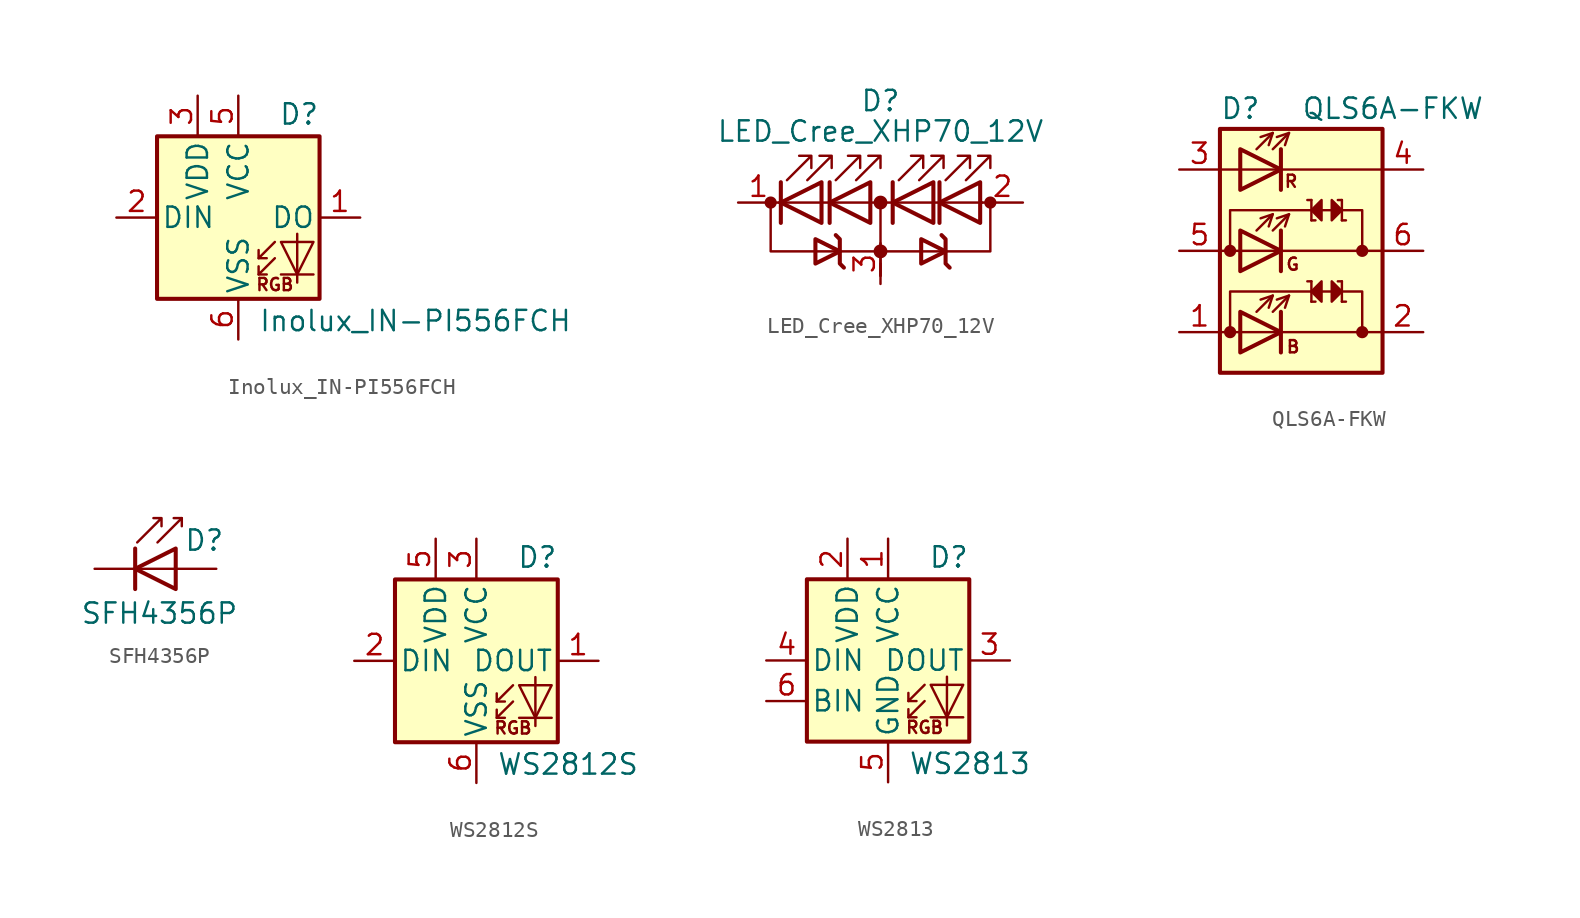
<source format=kicad_sym>
(kicad_symbol_lib
  (version 20211014)
  (generator kicad_symbol_editor)
  (symbol "Inolux_IN-PI556FCH"
    (pin_names
      (offset 0.254))
    (property "Reference" "D"
      (at 5.08 5.715 0)
      (effects (font (size 1.27 1.27)) (justify right bottom)))
    (property "Value" "Inolux_IN-PI556FCH"
      (at 1.27 -5.715 0)
      (effects (font (size 1.27 1.27)) (justify left top)))
    (symbol "Inolux_IN-PI556FCH_0_0"
      (text "RGB" (at 2.286 -4.191 0) (effects (font (size 0.762 0.762)))))
    (symbol "Inolux_IN-PI556FCH_0_1"
      (polyline (pts (xy 1.27 -3.556) (xy 1.778 -3.556)) (stroke (width 0) (type default) (color 0 0 0 0)) (fill (type none)))
      (polyline (pts (xy 1.27 -2.54) (xy 1.778 -2.54)) (stroke (width 0) (type default) (color 0 0 0 0)) (fill (type none)))
      (polyline (pts (xy 4.699 -3.556) (xy 2.667 -3.556)) (stroke (width 0) (type default) (color 0 0 0 0)) (fill (type none)))
      (polyline (pts (xy 2.286 -2.54) (xy 1.27 -3.556) (xy 1.27 -3.048)) (stroke (width 0) (type default) (color 0 0 0 0)) (fill (type none)))
      (polyline (pts (xy 2.286 -1.524) (xy 1.27 -2.54) (xy 1.27 -2.032)) (stroke (width 0) (type default) (color 0 0 0 0)) (fill (type none)))
      (polyline (pts (xy 3.683 -1.016) (xy 3.683 -3.556) (xy 3.683 -4.064)) (stroke (width 0) (type default) (color 0 0 0 0)) (fill (type none)))
      (polyline (pts (xy 4.699 -1.524) (xy 2.667 -1.524) (xy 3.683 -3.556) (xy 4.699 -1.524)) (stroke (width 0) (type default) (color 0 0 0 0)) (fill (type none)))
      (rectangle (start 5.08 5.08) (end -5.08 -5.08) (stroke (width 0.254) (type default) (color 0 0 0 0)) (fill (type background))))
    (symbol "Inolux_IN-PI556FCH_1_1"
      (pin output line (at 7.62 0 180) (length 2.54) (name "DO" (effects (font (size 1.27 1.27)))) (number "1" (effects (font (size 1.27 1.27)))))
      (pin input line (at -7.62 0 0) (length 2.54) (name "DIN" (effects (font (size 1.27 1.27)))) (number "2" (effects (font (size 1.27 1.27)))))
      (pin power_in line (at -2.54 7.62 270) (length 2.54) (name "VDD" (effects (font (size 1.27 1.27)))) (number "3" (effects (font (size 1.27 1.27)))))
      (pin no_connect line (at 5.08 2.54 180) (length 2.54) hide (name "NC" (effects (font (size 1.27 1.27)))) (number "4" (effects (font (size 1.27 1.27)))))
      (pin power_in line (at 0 7.62 270) (length 2.54) (name "VCC" (effects (font (size 1.27 1.27)))) (number "5" (effects (font (size 1.27 1.27)))))
      (pin power_in line (at 0 -7.62 90) (length 2.54) (name "VSS" (effects (font (size 1.27 1.27)))) (number "6" (effects (font (size 1.27 1.27)))))))
  (symbol "LED_Cree_XHP70_12V"
    (pin_names
      (offset 1.016) hide)
    (property "Reference" "D"
      (at 0 6.35 0)
      (effects (font (size 1.27 1.27))))
    (property "Value" "LED_Cree_XHP70_12V"
      (at 0 4.445 0)
      (effects (font (size 1.27 1.27))))
    (symbol "LED_Cree_XHP70_12V_0_1"
      (circle (center -6.858 0) (radius 0.254) (stroke (width 0.254) (type default) (color 0 0 0 0)) (fill (type outline)))
      (circle (center 0 -3.048) (radius 0.356) (stroke (width 0) (type default) (color 0 0 0 0)) (fill (type outline)))
      (polyline (pts (xy -6.35 0) (xy 6.35 0)) (stroke (width 0) (type default) (color 0 0 0 0)) (fill (type none)))
      (polyline (pts (xy -6.223 -1.27) (xy -6.223 1.27)) (stroke (width 0.254) (type default) (color 0 0 0 0)) (fill (type none)))
      (polyline (pts (xy -3.175 -1.27) (xy -3.175 1.27)) (stroke (width 0.254) (type default) (color 0 0 0 0)) (fill (type none)))
      (polyline (pts (xy 0 -3.81) (xy 0 -4.572)) (stroke (width 0) (type default) (color 0 0 0 0)) (fill (type none)))
      (polyline (pts (xy 0 0) (xy 0 -4.572)) (stroke (width 0) (type default) (color 0 0 0 0)) (fill (type none)))
      (polyline (pts (xy 0.762 -1.27) (xy 0.762 1.27)) (stroke (width 0.254) (type default) (color 0 0 0 0)) (fill (type none)))
      (polyline (pts (xy 3.683 -1.27) (xy 3.683 1.27)) (stroke (width 0.254) (type default) (color 0 0 0 0)) (fill (type none)))
      (polyline (pts (xy -6.858 0) (xy -6.858 -3.048) (xy 6.858 -3.048) (xy 6.858 0)) (stroke (width 0) (type default) (color 0 0 0 0)) (fill (type none)))
      (polyline (pts (xy -3.683 -1.27) (xy -3.683 1.27) (xy -6.223 0) (xy -3.683 -1.27)) (stroke (width 0.254) (type default) (color 0 0 0 0)) (fill (type none)))
      (polyline (pts (xy -2.286 -4.064) (xy -2.54 -3.81) (xy -2.54 -2.286) (xy -2.794 -2.032)) (stroke (width 0.254) (type default) (color 0 0 0 0)) (fill (type none)))
      (polyline (pts (xy -0.635 -1.27) (xy -0.635 1.27) (xy -3.175 0) (xy -0.635 -1.27)) (stroke (width 0.254) (type default) (color 0 0 0 0)) (fill (type none)))
      (polyline (pts (xy 3.302 -1.27) (xy 3.302 1.27) (xy 0.762 0) (xy 3.302 -1.27)) (stroke (width 0.254) (type default) (color 0 0 0 0)) (fill (type none)))
      (polyline (pts (xy 4.318 -4.064) (xy 4.064 -3.81) (xy 4.064 -2.286) (xy 3.81 -2.032)) (stroke (width 0.254) (type default) (color 0 0 0 0)) (fill (type none)))
      (polyline (pts (xy 6.223 -1.27) (xy 6.223 1.27) (xy 3.683 0) (xy 6.223 -1.27)) (stroke (width 0.254) (type default) (color 0 0 0 0)) (fill (type none)))
      (polyline (pts (xy -5.842 1.397) (xy -4.318 2.921) (xy -5.08 2.921) (xy -4.318 2.921) (xy -4.318 2.159)) (stroke (width 0) (type default) (color 0 0 0 0)) (fill (type none)))
      (polyline (pts (xy -4.572 1.397) (xy -3.048 2.921) (xy -3.81 2.921) (xy -3.048 2.921) (xy -3.048 2.159)) (stroke (width 0) (type default) (color 0 0 0 0)) (fill (type none)))
      (polyline (pts (xy -4.064 -3.81) (xy -4.064 -2.286) (xy -2.54 -3.048) (xy -4.064 -3.81) (xy -4.064 -3.556)) (stroke (width 0.254) (type default) (color 0 0 0 0)) (fill (type none)))
      (polyline (pts (xy -2.794 1.397) (xy -1.27 2.921) (xy -2.032 2.921) (xy -1.27 2.921) (xy -1.27 2.159)) (stroke (width 0) (type default) (color 0 0 0 0)) (fill (type none)))
      (polyline (pts (xy -1.524 1.397) (xy 0 2.921) (xy -0.762 2.921) (xy 0 2.921) (xy 0 2.159)) (stroke (width 0) (type default) (color 0 0 0 0)) (fill (type none)))
      (polyline (pts (xy 1.143 1.397) (xy 2.667 2.921) (xy 1.905 2.921) (xy 2.667 2.921) (xy 2.667 2.159)) (stroke (width 0) (type default) (color 0 0 0 0)) (fill (type none)))
      (polyline (pts (xy 2.413 1.397) (xy 3.937 2.921) (xy 3.175 2.921) (xy 3.937 2.921) (xy 3.937 2.159)) (stroke (width 0) (type default) (color 0 0 0 0)) (fill (type none)))
      (polyline (pts (xy 2.54 -3.81) (xy 2.54 -2.286) (xy 4.064 -3.048) (xy 2.54 -3.81) (xy 2.54 -3.556)) (stroke (width 0.254) (type default) (color 0 0 0 0)) (fill (type none)))
      (polyline (pts (xy 4.064 1.397) (xy 5.588 2.921) (xy 4.826 2.921) (xy 5.588 2.921) (xy 5.588 2.159)) (stroke (width 0) (type default) (color 0 0 0 0)) (fill (type none)))
      (polyline (pts (xy 5.334 1.397) (xy 6.858 2.921) (xy 6.096 2.921) (xy 6.858 2.921) (xy 6.858 2.159)) (stroke (width 0) (type default) (color 0 0 0 0)) (fill (type none)))
      (circle (center 0 0) (radius 0.356) (stroke (width 0) (type default) (color 0 0 0 0)) (fill (type outline)))
      (circle (center 6.858 0) (radius 0.254) (stroke (width 0.254) (type default) (color 0 0 0 0)) (fill (type outline))))
    (symbol "LED_Cree_XHP70_12V_1_1"
      (pin passive line (at -8.89 0 0) (length 2.54) (name "K" (effects (font (size 1.27 1.27)))) (number "1" (effects (font (size 1.27 1.27)))))
      (pin passive line (at 8.89 0 180) (length 2.54) (name "A" (effects (font (size 1.27 1.27)))) (number "2" (effects (font (size 1.27 1.27)))))
      (pin passive line (at 0 -5.08 90) (length 2.54) (name "PAD" (effects (font (size 1.27 1.27)))) (number "3" (effects (font (size 1.27 1.27)))))))
  (symbol "QLS6A-FKW"
    (pin_names hide)
    (property "Reference" "D"
      (at -5.08 8.89 0)
      (effects (font (size 1.27 1.27)) (justify left)))
    (property "Value" "QLS6A-FKW"
      (at 0 8.89 0)
      (effects (font (size 1.27 1.27)) (justify left)))
    (symbol "QLS6A-FKW_0_0"
      (text "B" (at -0.508 -5.994 0) (effects (font (size 0.762 0.762))))
      (text "G" (at -0.533 -0.838 0) (effects (font (size 0.762 0.762))))
      (text "R" (at -0.635 4.343 0) (effects (font (size 0.762 0.762)))))
    (symbol "QLS6A-FKW_0_1"
      (rectangle (start -5.08 7.62) (end 5.08 -7.62) (stroke (width 0.254) (type default) (color 0 0 0 0)) (fill (type background)))
      (polyline (pts (xy -5.08 -5.08) (xy 5.08 -5.08)) (stroke (width 0) (type default) (color 0 0 0 0)) (fill (type none)))
      (polyline (pts (xy -5.08 0) (xy 5.08 0)) (stroke (width 0) (type default) (color 0 0 0 0)) (fill (type none)))
      (polyline (pts (xy -1.27 -3.81) (xy -1.27 -6.35)) (stroke (width 0.254) (type default) (color 0 0 0 0)) (fill (type none)))
      (polyline (pts (xy -1.27 1.27) (xy -1.27 -1.27)) (stroke (width 0.254) (type default) (color 0 0 0 0)) (fill (type none)))
      (polyline (pts (xy -1.27 6.35) (xy -1.27 3.81)) (stroke (width 0.254) (type default) (color 0 0 0 0)) (fill (type none)))
      (polyline (pts (xy 0.635 -1.905) (xy 0.381 -1.905)) (stroke (width 0) (type default) (color 0 0 0 0)) (fill (type none)))
      (polyline (pts (xy 0.635 -1.905) (xy 0.635 -3.175)) (stroke (width 0) (type default) (color 0 0 0 0)) (fill (type none)))
      (polyline (pts (xy 0.635 1.905) (xy 0.889 1.905)) (stroke (width 0) (type default) (color 0 0 0 0)) (fill (type none)))
      (polyline (pts (xy 0.635 3.175) (xy 0.381 3.175)) (stroke (width 0) (type default) (color 0 0 0 0)) (fill (type none)))
      (polyline (pts (xy 0.635 3.175) (xy 0.635 1.905)) (stroke (width 0) (type default) (color 0 0 0 0)) (fill (type none)))
      (polyline (pts (xy 0.889 -3.175) (xy 0.635 -3.175)) (stroke (width 0) (type default) (color 0 0 0 0)) (fill (type none)))
      (polyline (pts (xy 2.54 -3.175) (xy 2.794 -3.175)) (stroke (width 0) (type default) (color 0 0 0 0)) (fill (type none)))
      (polyline (pts (xy 2.54 -1.905) (xy 2.286 -1.905)) (stroke (width 0) (type default) (color 0 0 0 0)) (fill (type none)))
      (polyline (pts (xy 2.54 -1.905) (xy 2.54 -3.175)) (stroke (width 0) (type default) (color 0 0 0 0)) (fill (type none)))
      (polyline (pts (xy 2.54 1.905) (xy 2.54 3.175)) (stroke (width 0) (type default) (color 0 0 0 0)) (fill (type none)))
      (polyline (pts (xy 2.54 1.905) (xy 2.794 1.905)) (stroke (width 0) (type default) (color 0 0 0 0)) (fill (type none)))
      (polyline (pts (xy 2.54 3.175) (xy 2.286 3.175)) (stroke (width 0) (type default) (color 0 0 0 0)) (fill (type none)))
      (polyline (pts (xy -4.445 0) (xy -4.445 2.54) (xy 3.81 2.54) (xy 3.81 0)) (stroke (width 0) (type default) (color 0 0 0 0)) (fill (type none)))
      (polyline (pts (xy -3.81 -3.81) (xy -3.81 -6.35) (xy -1.27 -5.08) (xy -3.81 -3.81)) (stroke (width 0.254) (type default) (color 0 0 0 0)) (fill (type none)))
      (polyline (pts (xy -3.81 1.27) (xy -3.81 -1.27) (xy -1.27 0) (xy -3.81 1.27)) (stroke (width 0.254) (type default) (color 0 0 0 0)) (fill (type none)))
      (polyline (pts (xy -3.81 6.35) (xy -1.27 5.08) (xy -3.81 3.81) (xy -3.81 6.35)) (stroke (width 0.254) (type default) (color 0 0 0 0)) (fill (type none)))
      (polyline (pts (xy 0.635 -2.54) (xy 1.27 -3.175) (xy 1.27 -1.905) (xy 0.635 -2.54)) (stroke (width 0) (type default) (color 0 0 0 0)) (fill (type outline)))
      (polyline (pts (xy 1.27 3.175) (xy 1.27 1.905) (xy 0.635 2.54) (xy 1.27 3.175)) (stroke (width 0) (type default) (color 0 0 0 0)) (fill (type outline)))
      (polyline (pts (xy 1.905 -1.905) (xy 1.905 -3.175) (xy 2.54 -2.54) (xy 1.905 -1.905)) (stroke (width 0) (type default) (color 0 0 0 0)) (fill (type outline)))
      (polyline (pts (xy 1.905 3.175) (xy 1.905 1.905) (xy 2.54 2.54) (xy 1.905 3.175)) (stroke (width 0) (type default) (color 0 0 0 0)) (fill (type outline)))
      (polyline (pts (xy 3.81 -5.08) (xy 3.81 -2.54) (xy -4.445 -2.54) (xy -4.445 -5.08)) (stroke (width 0) (type default) (color 0 0 0 0)) (fill (type none))))
    (symbol "QLS6A-FKW_1_1"
      (circle (center -4.445 -5.08) (radius 0.254) (stroke (width 0.254) (type default) (color 0 0 0 0)) (fill (type outline)))
      (circle (center -4.445 0) (radius 0.254) (stroke (width 0.254) (type default) (color 0 0 0 0)) (fill (type outline)))
      (polyline (pts (xy -5.08 5.08) (xy 5.08 5.08)) (stroke (width 0) (type default) (color 0 0 0 0)) (fill (type none)))
      (polyline (pts (xy -2.794 -3.81) (xy -1.778 -2.794)) (stroke (width 0) (type default) (color 0 0 0 0)) (fill (type none)))
      (polyline (pts (xy -2.794 1.27) (xy -1.778 2.286)) (stroke (width 0) (type default) (color 0 0 0 0)) (fill (type none)))
      (polyline (pts (xy -2.794 6.35) (xy -1.778 7.366)) (stroke (width 0) (type default) (color 0 0 0 0)) (fill (type none)))
      (polyline (pts (xy -1.778 -3.81) (xy -0.762 -2.794)) (stroke (width 0) (type default) (color 0 0 0 0)) (fill (type none)))
      (polyline (pts (xy -1.778 1.27) (xy -0.762 2.286)) (stroke (width 0) (type default) (color 0 0 0 0)) (fill (type none)))
      (polyline (pts (xy -1.778 6.35) (xy -0.762 7.366)) (stroke (width 0) (type default) (color 0 0 0 0)) (fill (type none)))
      (polyline (pts (xy -2.54 -3.048) (xy -1.778 -2.794) (xy -2.032 -3.556)) (stroke (width 0) (type default) (color 0 0 0 0)) (fill (type none)))
      (polyline (pts (xy -2.54 2.032) (xy -1.778 2.286) (xy -2.032 1.524)) (stroke (width 0) (type default) (color 0 0 0 0)) (fill (type none)))
      (polyline (pts (xy -2.54 7.112) (xy -1.778 7.366) (xy -2.032 6.604)) (stroke (width 0) (type default) (color 0 0 0 0)) (fill (type none)))
      (polyline (pts (xy -1.524 -3.048) (xy -0.762 -2.794) (xy -1.016 -3.556)) (stroke (width 0) (type default) (color 0 0 0 0)) (fill (type none)))
      (polyline (pts (xy -1.524 2.032) (xy -0.762 2.286) (xy -1.016 1.524)) (stroke (width 0) (type default) (color 0 0 0 0)) (fill (type none)))
      (polyline (pts (xy -1.524 7.112) (xy -0.762 7.366) (xy -1.016 6.604)) (stroke (width 0) (type default) (color 0 0 0 0)) (fill (type none)))
      (circle (center 3.81 -5.08) (radius 0.254) (stroke (width 0.254) (type default) (color 0 0 0 0)) (fill (type outline)))
      (circle (center 3.81 0) (radius 0.254) (stroke (width 0.254) (type default) (color 0 0 0 0)) (fill (type outline)))
      (pin passive line (at -7.62 -5.08 0) (length 2.54) (name "AB" (effects (font (size 1.27 1.27)))) (number "1" (effects (font (size 1.27 1.27)))))
      (pin passive line (at 7.62 -5.08 180) (length 2.54) (name "KB" (effects (font (size 1.27 1.27)))) (number "2" (effects (font (size 1.27 1.27)))))
      (pin passive line (at -7.62 5.08 0) (length 2.54) (name "AR" (effects (font (size 1.27 1.27)))) (number "3" (effects (font (size 1.27 1.27)))))
      (pin passive line (at 7.62 5.08 180) (length 2.54) (name "KR" (effects (font (size 1.27 1.27)))) (number "4" (effects (font (size 1.27 1.27)))))
      (pin passive line (at -7.62 0 0) (length 2.54) (name "AG" (effects (font (size 1.27 1.27)))) (number "5" (effects (font (size 1.27 1.27)))))
      (pin passive line (at 7.62 0 180) (length 2.54) (name "KR" (effects (font (size 1.27 1.27)))) (number "6" (effects (font (size 1.27 1.27)))))))
  (symbol "SFH4356P"
    (pin_numbers hide)
    (pin_names
      (offset 1.016) hide)
    (property "Reference" "D"
      (at 0.508 1.778 0)
      (effects (font (size 1.27 1.27)) (justify left)))
    (property "Value" "SFH4356P"
      (at -1.016 -2.794 0)
      (effects (font (size 1.27 1.27))))
    (symbol "SFH4356P_0_1"
      (polyline (pts (xy -2.54 1.27) (xy -2.54 -1.27)) (stroke (width 0.254) (type default) (color 0 0 0 0)) (fill (type none)))
      (polyline (pts (xy 0 0) (xy -2.54 0)) (stroke (width 0) (type default) (color 0 0 0 0)) (fill (type none)))
      (polyline (pts (xy 0.381 3.175) (xy -0.127 3.175)) (stroke (width 0) (type default) (color 0 0 0 0)) (fill (type none)))
      (polyline (pts (xy -1.143 1.651) (xy 0.381 3.175) (xy 0.381 2.667)) (stroke (width 0) (type default) (color 0 0 0 0)) (fill (type none)))
      (polyline (pts (xy 0 1.27) (xy -2.54 0) (xy 0 -1.27) (xy 0 1.27)) (stroke (width 0.254) (type default) (color 0 0 0 0)) (fill (type none)))
      (polyline (pts (xy -2.413 1.651) (xy -0.889 3.175) (xy -0.889 2.667) (xy -0.889 3.175) (xy -1.397 3.175)) (stroke (width 0) (type default) (color 0 0 0 0)) (fill (type none))))
    (symbol "SFH4356P_1_1"
      (pin passive line (at -5.08 0 0) (length 2.54) (name "K" (effects (font (size 1.27 1.27)))) (number "1" (effects (font (size 1.27 1.27)))))
      (pin passive line (at 2.54 0 180) (length 2.54) (name "A" (effects (font (size 1.27 1.27)))) (number "2" (effects (font (size 1.27 1.27)))))))
  (symbol "WS2812S"
    (pin_names
      (offset 0.254))
    (property "Reference" "D"
      (at 5.08 5.715 0)
      (effects (font (size 1.27 1.27)) (justify right bottom)))
    (property "Value" "WS2812S"
      (at 1.27 -5.715 0)
      (effects (font (size 1.27 1.27)) (justify left top)))
    (symbol "WS2812S_0_0"
      (text "RGB" (at 2.286 -4.191 0) (effects (font (size 0.762 0.762)))))
    (symbol "WS2812S_0_1"
      (polyline (pts (xy 1.27 -3.556) (xy 1.778 -3.556)) (stroke (width 0) (type default) (color 0 0 0 0)) (fill (type none)))
      (polyline (pts (xy 1.27 -2.54) (xy 1.778 -2.54)) (stroke (width 0) (type default) (color 0 0 0 0)) (fill (type none)))
      (polyline (pts (xy 4.699 -3.556) (xy 2.667 -3.556)) (stroke (width 0) (type default) (color 0 0 0 0)) (fill (type none)))
      (polyline (pts (xy 2.286 -2.54) (xy 1.27 -3.556) (xy 1.27 -3.048)) (stroke (width 0) (type default) (color 0 0 0 0)) (fill (type none)))
      (polyline (pts (xy 2.286 -1.524) (xy 1.27 -2.54) (xy 1.27 -2.032)) (stroke (width 0) (type default) (color 0 0 0 0)) (fill (type none)))
      (polyline (pts (xy 3.683 -1.016) (xy 3.683 -3.556) (xy 3.683 -4.064)) (stroke (width 0) (type default) (color 0 0 0 0)) (fill (type none)))
      (polyline (pts (xy 4.699 -1.524) (xy 2.667 -1.524) (xy 3.683 -3.556) (xy 4.699 -1.524)) (stroke (width 0) (type default) (color 0 0 0 0)) (fill (type none)))
      (rectangle (start 5.08 5.08) (end -5.08 -5.08) (stroke (width 0.254) (type default) (color 0 0 0 0)) (fill (type background))))
    (symbol "WS2812S_1_1"
      (pin output line (at 7.62 0 180) (length 2.54) (name "DOUT" (effects (font (size 1.27 1.27)))) (number "1" (effects (font (size 1.27 1.27)))))
      (pin input line (at -7.62 0 0) (length 2.54) (name "DIN" (effects (font (size 1.27 1.27)))) (number "2" (effects (font (size 1.27 1.27)))))
      (pin power_in line (at 0 7.62 270) (length 2.54) (name "VCC" (effects (font (size 1.27 1.27)))) (number "3" (effects (font (size 1.27 1.27)))))
      (pin no_connect line (at 5.08 2.54 180) (length 2.54) hide (name "NC" (effects (font (size 1.27 1.27)))) (number "4" (effects (font (size 1.27 1.27)))))
      (pin power_in line (at -2.54 7.62 270) (length 2.54) (name "VDD" (effects (font (size 1.27 1.27)))) (number "5" (effects (font (size 1.27 1.27)))))
      (pin power_in line (at 0 -7.62 90) (length 2.54) (name "VSS" (effects (font (size 1.27 1.27)))) (number "6" (effects (font (size 1.27 1.27)))))))
  (symbol "WS2813"
    (pin_names
      (offset 0.254))
    (property "Reference" "D"
      (at 5.08 5.715 0)
      (effects (font (size 1.27 1.27)) (justify right bottom)))
    (property "Value" "WS2813"
      (at 1.27 -5.715 0)
      (effects (font (size 1.27 1.27)) (justify left top)))
    (symbol "WS2813_0_0"
      (text "RGB" (at 2.286 -4.191 0) (effects (font (size 0.762 0.762)))))
    (symbol "WS2813_0_1"
      (polyline (pts (xy 1.27 -3.556) (xy 1.778 -3.556)) (stroke (width 0) (type default) (color 0 0 0 0)) (fill (type none)))
      (polyline (pts (xy 1.27 -2.54) (xy 1.778 -2.54)) (stroke (width 0) (type default) (color 0 0 0 0)) (fill (type none)))
      (polyline (pts (xy 4.699 -3.556) (xy 2.667 -3.556)) (stroke (width 0) (type default) (color 0 0 0 0)) (fill (type none)))
      (polyline (pts (xy 2.286 -2.54) (xy 1.27 -3.556) (xy 1.27 -3.048)) (stroke (width 0) (type default) (color 0 0 0 0)) (fill (type none)))
      (polyline (pts (xy 2.286 -1.524) (xy 1.27 -2.54) (xy 1.27 -2.032)) (stroke (width 0) (type default) (color 0 0 0 0)) (fill (type none)))
      (polyline (pts (xy 3.683 -1.016) (xy 3.683 -3.556) (xy 3.683 -4.064)) (stroke (width 0) (type default) (color 0 0 0 0)) (fill (type none)))
      (polyline (pts (xy 4.699 -1.524) (xy 2.667 -1.524) (xy 3.683 -3.556) (xy 4.699 -1.524)) (stroke (width 0) (type default) (color 0 0 0 0)) (fill (type none)))
      (rectangle (start 5.08 5.08) (end -5.08 -5.08) (stroke (width 0.254) (type default) (color 0 0 0 0)) (fill (type background))))
    (symbol "WS2813_1_1"
      (pin power_in line (at 0 7.62 270) (length 2.54) (name "VCC" (effects (font (size 1.27 1.27)))) (number "1" (effects (font (size 1.27 1.27)))))
      (pin power_in line (at -2.54 7.62 270) (length 2.54) (name "VDD" (effects (font (size 1.27 1.27)))) (number "2" (effects (font (size 1.27 1.27)))))
      (pin output line (at 7.62 0 180) (length 2.54) (name "DOUT" (effects (font (size 1.27 1.27)))) (number "3" (effects (font (size 1.27 1.27)))))
      (pin input line (at -7.62 0 0) (length 2.54) (name "DIN" (effects (font (size 1.27 1.27)))) (number "4" (effects (font (size 1.27 1.27)))))
      (pin power_in line (at 0 -7.62 90) (length 2.54) (name "GND" (effects (font (size 1.27 1.27)))) (number "5" (effects (font (size 1.27 1.27)))))
      (pin input line (at -7.62 -2.54 0) (length 2.54) (name "BIN" (effects (font (size 1.27 1.27)))) (number "6" (effects (font (size 1.27 1.27))))))))
</source>
